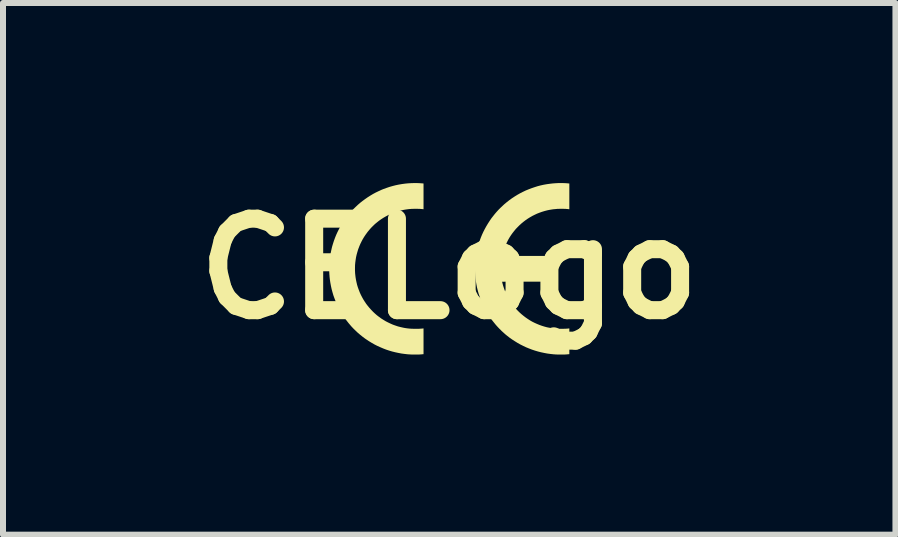
<source format=kicad_pcb>
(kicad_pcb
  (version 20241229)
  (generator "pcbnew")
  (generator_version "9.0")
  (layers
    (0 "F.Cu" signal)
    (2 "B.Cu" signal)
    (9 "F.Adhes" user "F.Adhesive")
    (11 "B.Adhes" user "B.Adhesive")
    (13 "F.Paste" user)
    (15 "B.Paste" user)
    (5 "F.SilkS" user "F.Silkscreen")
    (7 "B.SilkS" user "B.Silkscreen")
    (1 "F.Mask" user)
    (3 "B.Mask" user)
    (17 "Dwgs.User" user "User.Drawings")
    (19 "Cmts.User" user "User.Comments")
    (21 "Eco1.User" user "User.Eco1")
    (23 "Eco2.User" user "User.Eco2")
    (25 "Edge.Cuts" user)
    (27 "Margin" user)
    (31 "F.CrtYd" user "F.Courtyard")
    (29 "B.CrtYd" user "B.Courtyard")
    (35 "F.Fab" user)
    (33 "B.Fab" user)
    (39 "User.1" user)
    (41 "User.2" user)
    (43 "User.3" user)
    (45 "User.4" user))
  (footprint "CELogo"
    (layer "F.Cu")
    (at 4.434 1.428)
    (property "Reference" "CELogo" (at 0 0 0) (layer "F.SilkS") (effects (font (size 1.524 1.524) (thickness 0.3))))
    (attr board_only exclude_from_pos_files exclude_from_bom)
    (fp_poly (pts (xy -0.545 -1.428) (xy -0.505 -1.427) (xy -0.464 -1.424) (xy -0.455 -1.424) (xy -0.449 -1.423) (xy -0.443 -1.423) (xy -0.438 -1.422) (xy -0.434 -1.422) (xy -0.432 -1.422) (xy -0.432 -1.422) (xy -0.428 -1.421) (xy -0.428 -0.992) (xy -0.432 -0.993) (xy -0.435 -0.993) (xy -0.44 -0.994) (xy -0.446 -0.994) (xy -0.453 -0.995) (xy -0.461 -0.996) (xy -0.469 -0.996) (xy -0.477 -0.997) (xy -0.48 -0.997) (xy -0.486 -0.998) (xy -0.493 -0.998) (xy -0.501 -0.998) (xy -0.511 -0.998) (xy -0.522 -0.999) (xy -0.534 -0.999) (xy -0.546 -0.999) (xy -0.558 -0.999) (xy -0.57 -0.999) (xy -0.583 -0.999) (xy -0.594 -0.999) (xy -0.605 -0.998) (xy -0.615 -0.998) (xy -0.624 -0.998) (xy -0.631 -0.998) (xy -0.636 -0.997) (xy -0.668 -0.995) (xy -0.698 -0.991) (xy -0.727 -0.987) (xy -0.756 -0.982) (xy -0.784 -0.976) (xy -0.812 -0.97) (xy -0.855 -0.958) (xy -0.897 -0.945) (xy -0.939 -0.929) (xy -0.979 -0.912) (xy -1.019 -0.893) (xy -1.058 -0.872) (xy -1.096 -0.85) (xy -1.133 -0.826) (xy -1.169 -0.801) (xy -1.204 -0.773) (xy -1.238 -0.745) (xy -1.27 -0.714) (xy -1.301 -0.683) (xy -1.33 -0.65) (xy -1.359 -0.615) (xy -1.37 -0.6) (xy -1.396 -0.564) (xy -1.42 -0.528) (xy -1.442 -0.491) (xy -1.462 -0.453) (xy -1.481 -0.414) (xy -1.498 -0.374) (xy -1.501 -0.366) (xy -1.517 -0.324) (xy -1.53 -0.281) (xy -1.542 -0.238) (xy -1.552 -0.194) (xy -1.559 -0.15) (xy -1.565 -0.106) (xy -1.569 -0.062) (xy -1.57 -0.017) (xy -1.57 0.028) (xy -1.568 0.073) (xy -1.566 0.092) (xy -1.561 0.137) (xy -1.554 0.181) (xy -1.545 0.224) (xy -1.535 0.267) (xy -1.522 0.309) (xy -1.507 0.351) (xy -1.491 0.392) (xy -1.473 0.432) (xy -1.453 0.471) (xy -1.432 0.509) (xy -1.408 0.547) (xy -1.384 0.583) (xy -1.357 0.618) (xy -1.329 0.652) (xy -1.299 0.685) (xy -1.268 0.717) (xy -1.236 0.747) (xy -1.205 0.774) (xy -1.17 0.801) (xy -1.134 0.827) (xy -1.096 0.851) (xy -1.058 0.874) (xy -1.019 0.894) (xy -0.979 0.913) (xy -0.938 0.931) (xy -0.896 0.946) (xy -0.854 0.96) (xy -0.811 0.971) (xy -0.767 0.981) (xy -0.736 0.987) (xy -0.721 0.989) (xy -0.708 0.991) (xy -0.695 0.993) (xy -0.681 0.994) (xy -0.667 0.996) (xy -0.652 0.997) (xy -0.644 0.998) (xy -0.637 0.998) (xy -0.629 0.999) (xy -0.619 0.999) (xy -0.607 0.999) (xy -0.595 1) (xy -0.583 1) (xy -0.57 1) (xy -0.557 1) (xy -0.545 1) (xy -0.533 1) (xy -0.522 1) (xy -0.512 1) (xy -0.503 1) (xy -0.498 0.999) (xy -0.491 0.999) (xy -0.484 0.998) (xy -0.476 0.998) (xy -0.467 0.997) (xy -0.459 0.996) (xy -0.451 0.996) (xy -0.444 0.995) (xy -0.438 0.994) (xy -0.434 0.994) (xy -0.431 0.994) (xy -0.428 0.993) (xy -0.428 1.422) (xy -0.432 1.423) (xy -0.434 1.423) (xy -0.438 1.423) (xy -0.444 1.424) (xy -0.451 1.424) (xy -0.458 1.425) (xy -0.466 1.426) (xy -0.475 1.426) (xy -0.483 1.427) (xy -0.491 1.427) (xy -0.492 1.427) (xy -0.497 1.428) (xy -0.504 1.428) (xy -0.513 1.428) (xy -0.523 1.428) (xy -0.534 1.428) (xy -0.546 1.429) (xy -0.557 1.429) (xy -0.569 1.429) (xy -0.581 1.429) (xy -0.593 1.429) (xy -0.603 1.429) (xy -0.613 1.429) (xy -0.621 1.428) (xy -0.628 1.428) (xy -0.631 1.428) (xy -0.686 1.425) (xy -0.74 1.419) (xy -0.793 1.412) (xy -0.846 1.402) (xy -0.898 1.391) (xy -0.95 1.378) (xy -1.001 1.363) (xy -1.052 1.346) (xy -1.101 1.327) (xy -1.15 1.306) (xy -1.199 1.284) (xy -1.246 1.26) (xy -1.293 1.233) (xy -1.339 1.205) (xy -1.384 1.175) (xy -1.403 1.162) (xy -1.443 1.132) (xy -1.483 1.1) (xy -1.522 1.067) (xy -1.559 1.032) (xy -1.596 0.996) (xy -1.631 0.959) (xy -1.664 0.92) (xy -1.676 0.906) (xy -1.709 0.864) (xy -1.741 0.821) (xy -1.77 0.777) (xy -1.799 0.731) (xy -1.825 0.685) (xy -1.85 0.638) (xy -1.872 0.59) (xy -1.893 0.541) (xy -1.912 0.492) (xy -1.93 0.442) (xy -1.945 0.391) (xy -1.959 0.339) (xy -1.97 0.288) (xy -1.98 0.235) (xy -1.988 0.182) (xy -1.994 0.129) (xy -1.994 0.122) (xy -1.995 0.11) (xy -1.996 0.099) (xy -1.997 0.089) (xy -1.997 0.08) (xy -1.998 0.071) (xy -1.998 0.062) (xy -1.999 0.053) (xy -1.999 0.042) (xy -1.999 0.031) (xy -1.999 0.019) (xy -1.999 0.005) (xy -1.999 0) (xy -1.999 -0.019) (xy -1.999 -0.036) (xy -1.998 -0.052) (xy -1.998 -0.067) (xy -1.997 -0.082) (xy -1.996 -0.096) (xy -1.995 -0.11) (xy -1.994 -0.125) (xy -1.993 -0.14) (xy -1.991 -0.156) (xy -1.991 -0.157) (xy -1.984 -0.21) (xy -1.975 -0.262) (xy -1.964 -0.314) (xy -1.952 -0.366) (xy -1.937 -0.416) (xy -1.921 -0.466) (xy -1.903 -0.515) (xy -1.884 -0.563) (xy -1.862 -0.611) (xy -1.839 -0.657) (xy -1.815 -0.703) (xy -1.788 -0.747) (xy -1.76 -0.791) (xy -1.731 -0.833) (xy -1.7 -0.875) (xy -1.668 -0.915) (xy -1.634 -0.954) (xy -1.599 -0.992) (xy -1.562 -1.028) (xy -1.524 -1.064) (xy -1.485 -1.098) (xy -1.444 -1.13) (xy -1.402 -1.161) (xy -1.359 -1.191) (xy -1.315 -1.219) (xy -1.27 -1.246) (xy -1.223 -1.271) (xy -1.175 -1.294) (xy -1.127 -1.316) (xy -1.095 -1.329) (xy -1.045 -1.347) (xy -0.995 -1.364) (xy -0.943 -1.379) (xy -0.892 -1.392) (xy -0.839 -1.403) (xy -0.786 -1.412) (xy -0.733 -1.419) (xy -0.704 -1.422) (xy -0.666 -1.425) (xy -0.626 -1.427) (xy -0.586 -1.428)) (stroke (width 0) (type solid)) (fill yes) (layer "F.SilkS"))
    (fp_poly (pts (xy 1.86 -1.428) (xy 1.874 -1.428) (xy 1.887 -1.428) (xy 1.9 -1.428) (xy 1.911 -1.427) (xy 1.922 -1.427) (xy 1.932 -1.427) (xy 1.937 -1.426) (xy 1.944 -1.426) (xy 1.952 -1.425) (xy 1.961 -1.425) (xy 1.969 -1.424) (xy 1.976 -1.423) (xy 1.983 -1.423) (xy 1.989 -1.422) (xy 1.994 -1.422) (xy 1.996 -1.422) (xy 1.997 -1.422) (xy 2.001 -1.421) (xy 2.001 -0.992) (xy 1.997 -0.993) (xy 1.993 -0.993) (xy 1.988 -0.994) (xy 1.982 -0.994) (xy 1.975 -0.995) (xy 1.967 -0.996) (xy 1.959 -0.996) (xy 1.951 -0.997) (xy 1.948 -0.997) (xy 1.943 -0.998) (xy 1.936 -0.998) (xy 1.928 -0.998) (xy 1.918 -0.998) (xy 1.907 -0.999) (xy 1.896 -0.999) (xy 1.884 -0.999) (xy 1.871 -0.999) (xy 1.859 -0.999) (xy 1.847 -0.999) (xy 1.835 -0.999) (xy 1.825 -0.998) (xy 1.815 -0.998) (xy 1.806 -0.998) (xy 1.799 -0.998) (xy 1.794 -0.998) (xy 1.793 -0.997) (xy 1.76 -0.994) (xy 1.728 -0.991) (xy 1.697 -0.986) (xy 1.667 -0.981) (xy 1.638 -0.975) (xy 1.61 -0.968) (xy 1.581 -0.96) (xy 1.552 -0.951) (xy 1.545 -0.949) (xy 1.503 -0.934) (xy 1.462 -0.918) (xy 1.422 -0.899) (xy 1.382 -0.879) (xy 1.344 -0.857) (xy 1.307 -0.834) (xy 1.271 -0.809) (xy 1.237 -0.783) (xy 1.203 -0.755) (xy 1.171 -0.726) (xy 1.14 -0.695) (xy 1.11 -0.664) (xy 1.082 -0.63) (xy 1.055 -0.596) (xy 1.03 -0.561) (xy 1.006 -0.524) (xy 0.984 -0.486) (xy 0.964 -0.447) (xy 0.945 -0.408) (xy 0.928 -0.367) (xy 0.912 -0.325) (xy 0.899 -0.283) (xy 0.898 -0.279) (xy 0.896 -0.274) (xy 0.895 -0.268) (xy 0.893 -0.262) (xy 0.891 -0.254) (xy 0.889 -0.247) (xy 0.887 -0.24) (xy 0.885 -0.233) (xy 0.884 -0.227) (xy 0.883 -0.222) (xy 0.882 -0.218) (xy 0.881 -0.215) (xy 0.881 -0.215) (xy 0.882 -0.215) (xy 0.885 -0.215) (xy 0.89 -0.215) (xy 0.897 -0.215) (xy 0.905 -0.214) (xy 0.915 -0.214) (xy 0.927 -0.214) (xy 0.94 -0.214) (xy 0.955 -0.214) (xy 0.971 -0.214) (xy 0.989 -0.214) (xy 1.007 -0.214) (xy 1.027 -0.214) (xy 1.049 -0.214) (xy 1.071 -0.214) (xy 1.094 -0.214) (xy 1.118 -0.214) (xy 1.144 -0.214) (xy 1.17 -0.214) (xy 1.196 -0.214) (xy 1.224 -0.214) (xy 1.252 -0.214) (xy 1.28 -0.214) (xy 1.298 -0.214) (xy 1.715 -0.214) (xy 1.715 0.215) (xy 1.298 0.215) (xy 1.269 0.215) (xy 1.241 0.215) (xy 1.213 0.215) (xy 1.186 0.215) (xy 1.159 0.215) (xy 1.134 0.215) (xy 1.109 0.215) (xy 1.085 0.215) (xy 1.062 0.215) (xy 1.04 0.215) (xy 1.019 0.215) (xy 1 0.215) (xy 0.982 0.215) (xy 0.965 0.215) (xy 0.949 0.215) (xy 0.935 0.215) (xy 0.922 0.215) (xy 0.911 0.216) (xy 0.902 0.216) (xy 0.894 0.216) (xy 0.888 0.216) (xy 0.884 0.216) (xy 0.882 0.216) (xy 0.881 0.216) (xy 0.881 0.217) (xy 0.882 0.22) (xy 0.883 0.224) (xy 0.884 0.229) (xy 0.886 0.236) (xy 0.887 0.241) (xy 0.899 0.285) (xy 0.913 0.327) (xy 0.928 0.369) (xy 0.946 0.411) (xy 0.965 0.451) (xy 0.986 0.49) (xy 1.009 0.529) (xy 1.025 0.555) (xy 1.051 0.591) (xy 1.078 0.627) (xy 1.107 0.661) (xy 1.137 0.693) (xy 1.168 0.724) (xy 1.201 0.754) (xy 1.235 0.782) (xy 1.27 0.809) (xy 1.306 0.834) (xy 1.343 0.858) (xy 1.381 0.88) (xy 1.421 0.9) (xy 1.461 0.918) (xy 1.502 0.935) (xy 1.544 0.95) (xy 1.586 0.963) (xy 1.619 0.972) (xy 1.641 0.977) (xy 1.663 0.981) (xy 1.684 0.985) (xy 1.706 0.989) (xy 1.728 0.992) (xy 1.75 0.995) (xy 1.775 0.997) (xy 1.793 0.998) (xy 1.798 0.999) (xy 1.805 0.999) (xy 1.814 0.999) (xy 1.823 0.999) (xy 1.834 1) (xy 1.845 1) (xy 1.857 1) (xy 1.87 1) (xy 1.882 1) (xy 1.894 1) (xy 1.906 1) (xy 1.916 0.999) (xy 1.926 0.999) (xy 1.935 0.999) (xy 1.942 0.999) (xy 1.947 0.998) (xy 1.948 0.998) (xy 1.956 0.998) (xy 1.964 0.997) (xy 1.972 0.996) (xy 1.979 0.996) (xy 1.986 0.995) (xy 1.991 0.994) (xy 1.996 0.994) (xy 1.997 0.994) (xy 2.001 0.993) (xy 2.001 1.422) (xy 1.997 1.423) (xy 1.994 1.423) (xy 1.99 1.423) (xy 1.984 1.424) (xy 1.978 1.424) (xy 1.97 1.425) (xy 1.962 1.426) (xy 1.954 1.426) (xy 1.946 1.427) (xy 1.938 1.427) (xy 1.937 1.427) (xy 1.933 1.427) (xy 1.927 1.428) (xy 1.92 1.428) (xy 1.912 1.428) (xy 1.902 1.428) (xy 1.892 1.428) (xy 1.882 1.428) (xy 1.871 1.429) (xy 1.86 1.429) (xy 1.85 1.429) (xy 1.84 1.429) (xy 1.831 1.429) (xy 1.823 1.429) (xy 1.817 1.429) (xy 1.812 1.429) (xy 1.809 1.429) (xy 1.794 1.428) (xy 1.781 1.427) (xy 1.77 1.427) (xy 1.76 1.426) (xy 1.751 1.425) (xy 1.743 1.425) (xy 1.742 1.425) (xy 1.688 1.419) (xy 1.635 1.412) (xy 1.582 1.402) (xy 1.53 1.391) (xy 1.479 1.378) (xy 1.428 1.363) (xy 1.377 1.346) (xy 1.328 1.327) (xy 1.279 1.307) (xy 1.231 1.284) (xy 1.183 1.26) (xy 1.137 1.234) (xy 1.092 1.206) (xy 1.047 1.177) (xy 1.003 1.146) (xy 0.961 1.113) (xy 0.934 1.091) (xy 0.923 1.081) (xy 0.913 1.072) (xy 0.903 1.063) (xy 0.893 1.054) (xy 0.882 1.044) (xy 0.871 1.034) (xy 0.86 1.022) (xy 0.848 1.01) (xy 0.835 0.998) (xy 0.824 0.986) (xy 0.814 0.976) (xy 0.804 0.965) (xy 0.795 0.955) (xy 0.786 0.945) (xy 0.777 0.935) (xy 0.768 0.924) (xy 0.734 0.882) (xy 0.701 0.84) (xy 0.671 0.796) (xy 0.642 0.751) (xy 0.615 0.706) (xy 0.59 0.659) (xy 0.566 0.612) (xy 0.545 0.563) (xy 0.525 0.515) (xy 0.507 0.465) (xy 0.49 0.415) (xy 0.476 0.364) (xy 0.463 0.312) (xy 0.453 0.261) (xy 0.444 0.208) (xy 0.437 0.156) (xy 0.433 0.102) (xy 0.43 0.049) (xy 0.429 0.001) (xy 0.43 -0.053) (xy 0.433 -0.106) (xy 0.438 -0.159) (xy 0.445 -0.212) (xy 0.454 -0.264) (xy 0.465 -0.316) (xy 0.477 -0.368) (xy 0.492 -0.418) (xy 0.508 -0.469) (xy 0.526 -0.518) (xy 0.546 -0.567) (xy 0.568 -0.615) (xy 0.592 -0.662) (xy 0.618 -0.709) (xy 0.645 -0.754) (xy 0.674 -0.799) (xy 0.704 -0.843) (xy 0.737 -0.885) (xy 0.76 -0.914) (xy 0.79 -0.949) (xy 0.821 -0.983) (xy 0.854 -1.016) (xy 0.888 -1.048) (xy 0.918 -1.076) (xy 0.959 -1.11) (xy 1.001 -1.143) (xy 1.044 -1.174) (xy 1.088 -1.203) (xy 1.133 -1.231) (xy 1.179 -1.257) (xy 1.226 -1.281) (xy 1.274 -1.304) (xy 1.323 -1.324) (xy 1.373 -1.343) (xy 1.423 -1.36) (xy 1.473 -1.376) (xy 1.473 -1.376) (xy 1.523 -1.389) (xy 1.573 -1.4) (xy 1.623 -1.409) (xy 1.674 -1.416) (xy 1.725 -1.422) (xy 1.777 -1.426) (xy 1.804 -1.427) (xy 1.813 -1.428) (xy 1.823 -1.428) (xy 1.835 -1.428) (xy 1.847 -1.428)) (stroke (width 0) (type solid)) (fill yes) (layer "F.SilkS")))
  (gr_rect
    (start -3 -3)
    (end 11.868 5.857)
    (stroke (width 0.1) (type default))
    (fill no)
    (layer "Edge.Cuts")))
</source>
